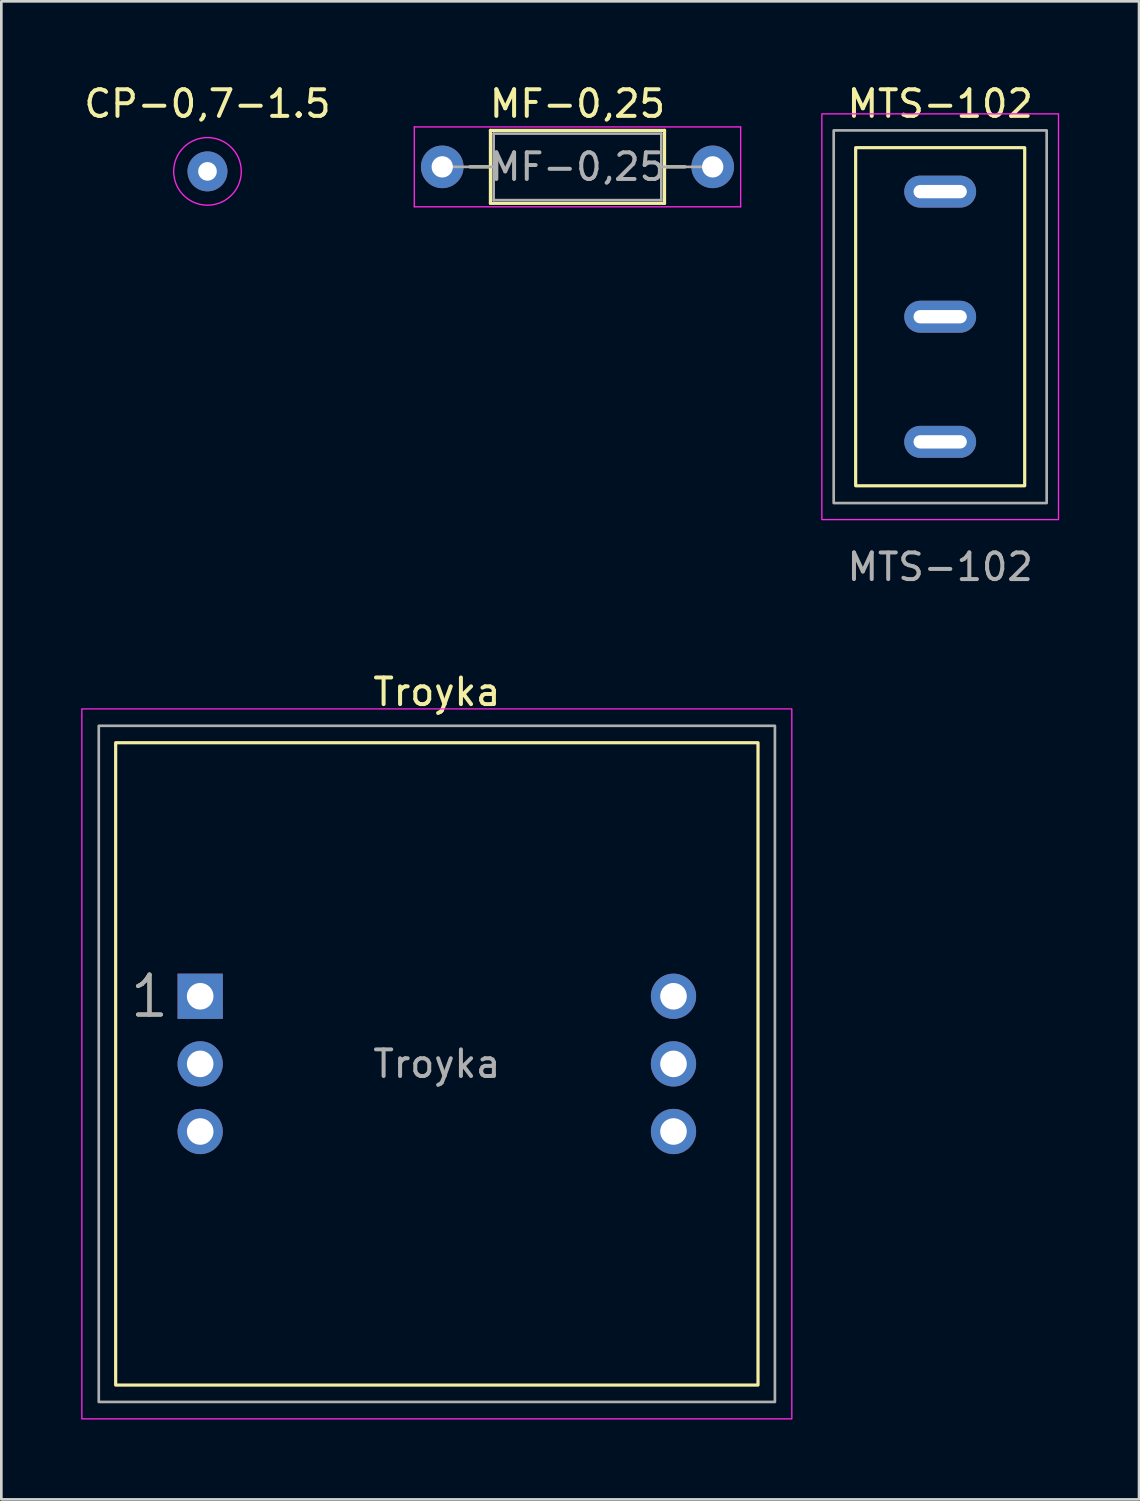
<source format=kicad_pcb>
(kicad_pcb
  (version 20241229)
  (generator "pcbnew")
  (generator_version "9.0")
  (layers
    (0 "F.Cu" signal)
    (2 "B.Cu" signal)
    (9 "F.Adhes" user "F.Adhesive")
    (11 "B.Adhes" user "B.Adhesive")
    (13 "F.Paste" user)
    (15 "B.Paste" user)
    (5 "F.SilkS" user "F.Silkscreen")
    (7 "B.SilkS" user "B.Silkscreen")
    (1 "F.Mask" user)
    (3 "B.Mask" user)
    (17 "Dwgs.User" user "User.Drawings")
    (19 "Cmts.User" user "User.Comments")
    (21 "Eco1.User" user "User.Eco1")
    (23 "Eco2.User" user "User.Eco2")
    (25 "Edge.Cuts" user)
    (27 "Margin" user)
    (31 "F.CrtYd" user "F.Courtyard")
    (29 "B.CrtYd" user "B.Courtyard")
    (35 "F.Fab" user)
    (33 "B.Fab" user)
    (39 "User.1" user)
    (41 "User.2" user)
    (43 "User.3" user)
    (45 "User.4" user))
  (footprint "MTS-102"
    (layer "F.Cu")
    (at 32.268 8.848)
    (property "Reference" "MTS-102" (at 0 -8 0) (unlocked yes) (layer "F.SilkS") (effects (font (size 1 1) (thickness 0.15))))
    (attr through_hole)
    (fp_rect (start -3.175 -6.35) (end 3.175 6.35) (stroke (width 0.12) (type solid)) (fill no) (layer "F.SilkS"))
    (fp_rect (start -4.445 -7.62) (end 4.445 7.62) (stroke (width 0.05) (type solid)) (fill no) (layer "F.CrtYd"))
    (fp_rect (start -4 -7) (end 4 7) (stroke (width 0.1) (type solid)) (fill no) (layer "F.Fab"))
    (fp_text user "${REFERENCE}" (at 0 9.4 0) (unlocked yes) (layer "F.Fab") (effects (font (size 1 1) (thickness 0.15))))
    (pad "1" thru_hole oval (at 0 0) (size 2.7 1.2) (drill oval 2 0.5) (layers "*.Cu" "*.Mask"))
    (pad "2" thru_hole oval (at 0 -4.7) (size 2.7 1.2) (drill oval 2 0.5) (layers "*.Cu" "*.Mask"))
    (pad "3" thru_hole oval (at 0 4.7) (size 2.7 1.2) (drill oval 2 0.5) (layers "*.Cu" "*.Mask")))
  (footprint "Troyka"
    (layer "F.Cu")
    (at 13.36 36.915)
    (property "Reference" "Troyka" (at 0 -13.97 0) (unlocked yes) (layer "F.SilkS") (effects (font (size 1 1) (thickness 0.15))))
    (attr through_hole)
    (fp_rect (start -12.065 -12.065) (end 12.065 12.065) (stroke (width 0.12) (type solid)) (fill no) (layer "F.SilkS"))
    (fp_rect (start -13.335 -13.335) (end 13.335 13.335) (stroke (width 0.05) (type solid)) (fill no) (layer "F.CrtYd"))
    (fp_rect (start -12.7 -12.7) (end 12.7 12.7) (stroke (width 0.1) (type solid)) (fill no) (layer "F.Fab"))
    (fp_text user "1" (at -10.795 -2.54 0) (unlocked yes) (layer "F.SilkS") (effects (font (size 1.5 1.5) (thickness 0.15))))
    (fp_text user "${REFERENCE}" (at 0 0 0) (unlocked yes) (layer "F.Fab") (effects (font (size 1 1) (thickness 0.15))))
    (fp_text user "1" (at -10.795 -2.54 0) (unlocked yes) (layer "F.Fab") (effects (font (size 1.5 1.5) (thickness 0.15))))
    (pad "1" thru_hole rect (at -8.89 -2.54) (size 1.7 1.7) (drill 1) (layers "*.Cu" "*.Mask"))
    (pad "2" thru_hole circle (at -8.89 0) (size 1.7 1.7) (drill 1) (layers "*.Cu" "*.Mask"))
    (pad "3" thru_hole circle (at -8.89 2.54) (size 1.7 1.7) (drill 1) (layers "*.Cu" "*.Mask"))
    (pad "4" thru_hole circle (at 8.89 2.54) (size 1.7 1.7) (drill 1) (layers "*.Cu" "*.Mask"))
    (pad "5" thru_hole circle (at 8.89 0) (size 1.7 1.7) (drill 1) (layers "*.Cu" "*.Mask"))
    (pad "6" thru_hole circle (at 8.89 -2.54) (size 1.7 1.7) (drill 1) (layers "*.Cu" "*.Mask")))
  (footprint "MF-0,25"
    (layer "F.Cu")
    (at 13.563 3.218)
    (property "Reference" "MF-0,25" (at 5.08 -2.37 0) (layer "F.SilkS") (effects (font (size 1 1) (thickness 0.15))))
    (attr through_hole)
    (fp_line (start 1.04 0) (end 1.81 0) (stroke (width 0.12) (type solid)) (layer "F.SilkS"))
    (fp_line (start 1.81 -1.37) (end 1.81 1.37) (stroke (width 0.12) (type solid)) (layer "F.SilkS"))
    (fp_line (start 1.81 1.37) (end 8.35 1.37) (stroke (width 0.12) (type solid)) (layer "F.SilkS"))
    (fp_line (start 8.35 -1.37) (end 1.81 -1.37) (stroke (width 0.12) (type solid)) (layer "F.SilkS"))
    (fp_line (start 8.35 1.37) (end 8.35 -1.37) (stroke (width 0.12) (type solid)) (layer "F.SilkS"))
    (fp_line (start 9.12 0) (end 8.35 0) (stroke (width 0.12) (type solid)) (layer "F.SilkS"))
    (fp_line (start -1.05 -1.5) (end -1.05 1.5) (stroke (width 0.05) (type solid)) (layer "F.CrtYd"))
    (fp_line (start -1.05 1.5) (end 11.21 1.5) (stroke (width 0.05) (type solid)) (layer "F.CrtYd"))
    (fp_line (start 11.21 -1.5) (end -1.05 -1.5) (stroke (width 0.05) (type solid)) (layer "F.CrtYd"))
    (fp_line (start 11.21 1.5) (end 11.21 -1.5) (stroke (width 0.05) (type solid)) (layer "F.CrtYd"))
    (fp_line (start 0 0) (end 1.93 0) (stroke (width 0.1) (type solid)) (layer "F.Fab"))
    (fp_line (start 1.93 -1.25) (end 1.93 1.25) (stroke (width 0.1) (type solid)) (layer "F.Fab"))
    (fp_line (start 1.93 1.25) (end 8.23 1.25) (stroke (width 0.1) (type solid)) (layer "F.Fab"))
    (fp_line (start 8.23 -1.25) (end 1.93 -1.25) (stroke (width 0.1) (type solid)) (layer "F.Fab"))
    (fp_line (start 8.23 1.25) (end 8.23 -1.25) (stroke (width 0.1) (type solid)) (layer "F.Fab"))
    (fp_line (start 10.16 0) (end 8.23 0) (stroke (width 0.1) (type solid)) (layer "F.Fab"))
    (fp_text user "${REFERENCE}" (at 5.08 0 0) (layer "F.Fab") (effects (font (size 1 1) (thickness 0.15))))
    (pad "1" thru_hole circle (at 0 0) (size 1.6 1.6) (drill 0.8) (layers "*.Cu" "*.Mask"))
    (pad "2" thru_hole oval (at 10.16 0) (size 1.6 1.6) (drill 0.8) (layers "*.Cu" "*.Mask")))
  (footprint "CP-0,7-1.5"
    (layer "F.Cu")
    (at 4.744 3.388)
    (property "Reference" "CP-0,7-1.5" (at 0 -2.54 0) (unlocked yes) (layer "F.SilkS") (effects (font (size 1 1) (thickness 0.15))))
    (attr through_hole)
    (fp_circle (center 0 0) (end 1.27 0) (stroke (width 0.05) (type solid)) (fill no) (layer "F.CrtYd"))
    (pad "1" thru_hole circle (at 0 0) (size 1.5 1.5) (drill 0.7) (layers "*.Cu" "*.Mask")))
  (gr_rect
    (start -3 -3)
    (end 39.738 53.275)
    (stroke (width 0.1) (type default))
    (fill no)
    (layer "Edge.Cuts")))
</source>
